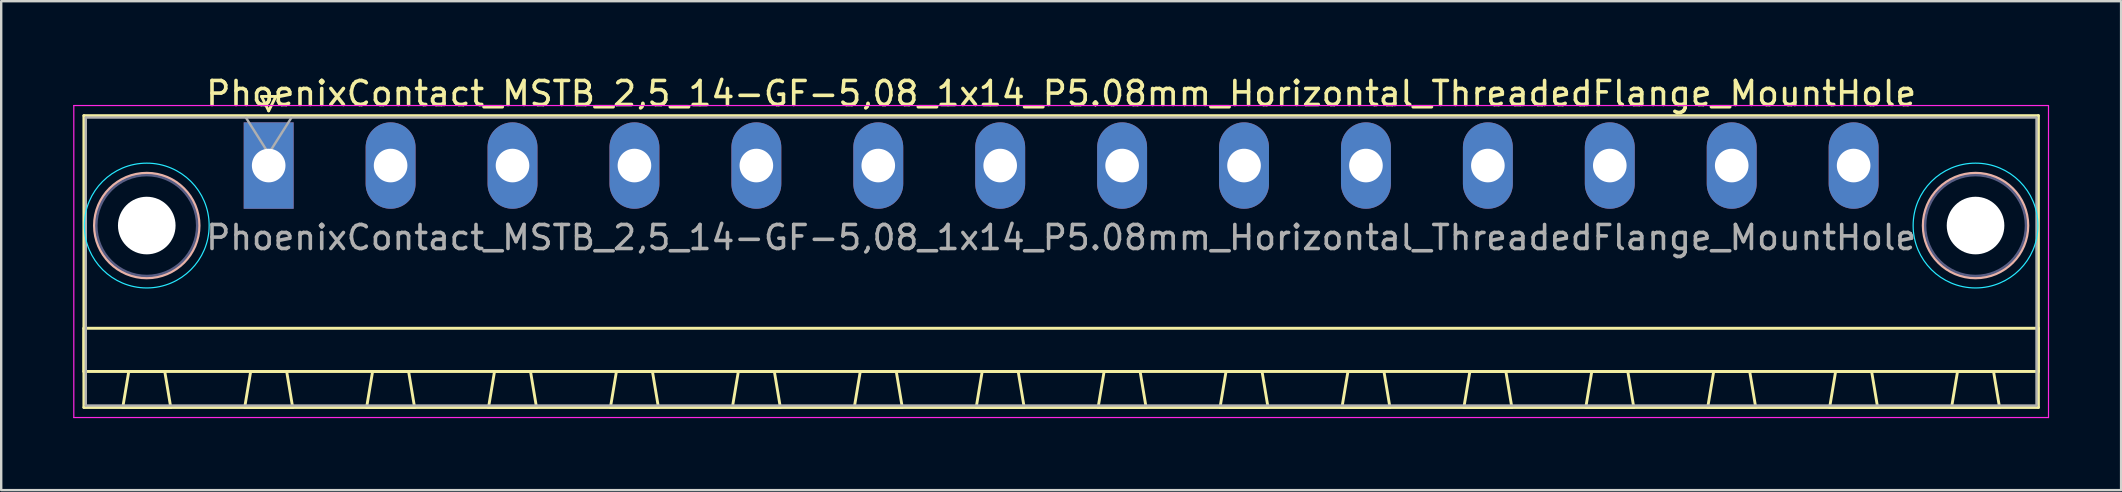
<source format=kicad_pcb>
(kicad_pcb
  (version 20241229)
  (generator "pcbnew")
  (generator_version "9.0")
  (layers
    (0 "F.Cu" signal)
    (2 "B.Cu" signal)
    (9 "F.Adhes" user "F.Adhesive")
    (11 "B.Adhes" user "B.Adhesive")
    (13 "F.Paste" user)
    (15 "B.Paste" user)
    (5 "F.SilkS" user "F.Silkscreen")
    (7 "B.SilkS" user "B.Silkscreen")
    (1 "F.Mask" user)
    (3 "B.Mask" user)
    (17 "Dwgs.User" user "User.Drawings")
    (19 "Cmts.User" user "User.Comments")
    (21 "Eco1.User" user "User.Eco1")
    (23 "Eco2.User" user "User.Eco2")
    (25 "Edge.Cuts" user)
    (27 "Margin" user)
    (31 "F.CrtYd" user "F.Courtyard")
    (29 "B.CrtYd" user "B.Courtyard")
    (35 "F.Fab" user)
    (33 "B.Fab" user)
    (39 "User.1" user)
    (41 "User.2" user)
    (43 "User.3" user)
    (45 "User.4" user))
  (footprint "PhoenixContact_MSTB_2,5_14-GF-5,08_1x14_P5.08mm_Horizontal_ThreadedFlange_MountHole"
    (layer "F.Cu")
    (at 8.145 3.848)
    (property "Reference" "PhoenixContact_MSTB_2,5_14-GF-5,08_1x14_P5.08mm_Horizontal_ThreadedFlange_MountHole" (at 33.02 -3 0) (layer "F.SilkS") (effects (font (size 1 1) (thickness 0.15))))
    (attr through_hole)
    (fp_line (start -7.7 -2.08) (end -7.7 10.08) (stroke (width 0.12) (type solid)) (layer "F.SilkS"))
    (fp_line (start -7.7 6.78) (end 73.74 6.78) (stroke (width 0.12) (type solid)) (layer "F.SilkS"))
    (fp_line (start -7.7 8.58) (end -7.7 6.78) (stroke (width 0.12) (type solid)) (layer "F.SilkS"))
    (fp_line (start -7.7 10.08) (end 73.74 10.08) (stroke (width 0.12) (type solid)) (layer "F.SilkS"))
    (fp_line (start -6.08 10.08) (end -4.08 10.08) (stroke (width 0.12) (type solid)) (layer "F.SilkS"))
    (fp_line (start -5.83 8.58) (end -6.08 10.08) (stroke (width 0.12) (type solid)) (layer "F.SilkS"))
    (fp_line (start -4.33 8.58) (end -5.83 8.58) (stroke (width 0.12) (type solid)) (layer "F.SilkS"))
    (fp_line (start -4.08 10.08) (end -4.33 8.58) (stroke (width 0.12) (type solid)) (layer "F.SilkS"))
    (fp_line (start -1 10.08) (end 1 10.08) (stroke (width 0.12) (type solid)) (layer "F.SilkS"))
    (fp_line (start -0.75 8.58) (end -1 10.08) (stroke (width 0.12) (type solid)) (layer "F.SilkS"))
    (fp_line (start -0.3 -2.88) (end 0.3 -2.88) (stroke (width 0.12) (type solid)) (layer "F.SilkS"))
    (fp_line (start 0 -2.28) (end -0.3 -2.88) (stroke (width 0.12) (type solid)) (layer "F.SilkS"))
    (fp_line (start 0.3 -2.88) (end 0 -2.28) (stroke (width 0.12) (type solid)) (layer "F.SilkS"))
    (fp_line (start 0.75 8.58) (end -0.75 8.58) (stroke (width 0.12) (type solid)) (layer "F.SilkS"))
    (fp_line (start 1 10.08) (end 0.75 8.58) (stroke (width 0.12) (type solid)) (layer "F.SilkS"))
    (fp_line (start 4.08 10.08) (end 6.08 10.08) (stroke (width 0.12) (type solid)) (layer "F.SilkS"))
    (fp_line (start 4.33 8.58) (end 4.08 10.08) (stroke (width 0.12) (type solid)) (layer "F.SilkS"))
    (fp_line (start 5.83 8.58) (end 4.33 8.58) (stroke (width 0.12) (type solid)) (layer "F.SilkS"))
    (fp_line (start 6.08 10.08) (end 5.83 8.58) (stroke (width 0.12) (type solid)) (layer "F.SilkS"))
    (fp_line (start 9.16 10.08) (end 11.16 10.08) (stroke (width 0.12) (type solid)) (layer "F.SilkS"))
    (fp_line (start 9.41 8.58) (end 9.16 10.08) (stroke (width 0.12) (type solid)) (layer "F.SilkS"))
    (fp_line (start 10.91 8.58) (end 9.41 8.58) (stroke (width 0.12) (type solid)) (layer "F.SilkS"))
    (fp_line (start 11.16 10.08) (end 10.91 8.58) (stroke (width 0.12) (type solid)) (layer "F.SilkS"))
    (fp_line (start 14.24 10.08) (end 16.24 10.08) (stroke (width 0.12) (type solid)) (layer "F.SilkS"))
    (fp_line (start 14.49 8.58) (end 14.24 10.08) (stroke (width 0.12) (type solid)) (layer "F.SilkS"))
    (fp_line (start 15.99 8.58) (end 14.49 8.58) (stroke (width 0.12) (type solid)) (layer "F.SilkS"))
    (fp_line (start 16.24 10.08) (end 15.99 8.58) (stroke (width 0.12) (type solid)) (layer "F.SilkS"))
    (fp_line (start 19.32 10.08) (end 21.32 10.08) (stroke (width 0.12) (type solid)) (layer "F.SilkS"))
    (fp_line (start 19.57 8.58) (end 19.32 10.08) (stroke (width 0.12) (type solid)) (layer "F.SilkS"))
    (fp_line (start 21.07 8.58) (end 19.57 8.58) (stroke (width 0.12) (type solid)) (layer "F.SilkS"))
    (fp_line (start 21.32 10.08) (end 21.07 8.58) (stroke (width 0.12) (type solid)) (layer "F.SilkS"))
    (fp_line (start 24.4 10.08) (end 26.4 10.08) (stroke (width 0.12) (type solid)) (layer "F.SilkS"))
    (fp_line (start 24.65 8.58) (end 24.4 10.08) (stroke (width 0.12) (type solid)) (layer "F.SilkS"))
    (fp_line (start 26.15 8.58) (end 24.65 8.58) (stroke (width 0.12) (type solid)) (layer "F.SilkS"))
    (fp_line (start 26.4 10.08) (end 26.15 8.58) (stroke (width 0.12) (type solid)) (layer "F.SilkS"))
    (fp_line (start 29.48 10.08) (end 31.48 10.08) (stroke (width 0.12) (type solid)) (layer "F.SilkS"))
    (fp_line (start 29.73 8.58) (end 29.48 10.08) (stroke (width 0.12) (type solid)) (layer "F.SilkS"))
    (fp_line (start 31.23 8.58) (end 29.73 8.58) (stroke (width 0.12) (type solid)) (layer "F.SilkS"))
    (fp_line (start 31.48 10.08) (end 31.23 8.58) (stroke (width 0.12) (type solid)) (layer "F.SilkS"))
    (fp_line (start 34.56 10.08) (end 36.56 10.08) (stroke (width 0.12) (type solid)) (layer "F.SilkS"))
    (fp_line (start 34.81 8.58) (end 34.56 10.08) (stroke (width 0.12) (type solid)) (layer "F.SilkS"))
    (fp_line (start 36.31 8.58) (end 34.81 8.58) (stroke (width 0.12) (type solid)) (layer "F.SilkS"))
    (fp_line (start 36.56 10.08) (end 36.31 8.58) (stroke (width 0.12) (type solid)) (layer "F.SilkS"))
    (fp_line (start 39.64 10.08) (end 41.64 10.08) (stroke (width 0.12) (type solid)) (layer "F.SilkS"))
    (fp_line (start 39.89 8.58) (end 39.64 10.08) (stroke (width 0.12) (type solid)) (layer "F.SilkS"))
    (fp_line (start 41.39 8.58) (end 39.89 8.58) (stroke (width 0.12) (type solid)) (layer "F.SilkS"))
    (fp_line (start 41.64 10.08) (end 41.39 8.58) (stroke (width 0.12) (type solid)) (layer "F.SilkS"))
    (fp_line (start 44.72 10.08) (end 46.72 10.08) (stroke (width 0.12) (type solid)) (layer "F.SilkS"))
    (fp_line (start 44.97 8.58) (end 44.72 10.08) (stroke (width 0.12) (type solid)) (layer "F.SilkS"))
    (fp_line (start 46.47 8.58) (end 44.97 8.58) (stroke (width 0.12) (type solid)) (layer "F.SilkS"))
    (fp_line (start 46.72 10.08) (end 46.47 8.58) (stroke (width 0.12) (type solid)) (layer "F.SilkS"))
    (fp_line (start 49.8 10.08) (end 51.8 10.08) (stroke (width 0.12) (type solid)) (layer "F.SilkS"))
    (fp_line (start 50.05 8.58) (end 49.8 10.08) (stroke (width 0.12) (type solid)) (layer "F.SilkS"))
    (fp_line (start 51.55 8.58) (end 50.05 8.58) (stroke (width 0.12) (type solid)) (layer "F.SilkS"))
    (fp_line (start 51.8 10.08) (end 51.55 8.58) (stroke (width 0.12) (type solid)) (layer "F.SilkS"))
    (fp_line (start 54.88 10.08) (end 56.88 10.08) (stroke (width 0.12) (type solid)) (layer "F.SilkS"))
    (fp_line (start 55.13 8.58) (end 54.88 10.08) (stroke (width 0.12) (type solid)) (layer "F.SilkS"))
    (fp_line (start 56.63 8.58) (end 55.13 8.58) (stroke (width 0.12) (type solid)) (layer "F.SilkS"))
    (fp_line (start 56.88 10.08) (end 56.63 8.58) (stroke (width 0.12) (type solid)) (layer "F.SilkS"))
    (fp_line (start 59.96 10.08) (end 61.96 10.08) (stroke (width 0.12) (type solid)) (layer "F.SilkS"))
    (fp_line (start 60.21 8.58) (end 59.96 10.08) (stroke (width 0.12) (type solid)) (layer "F.SilkS"))
    (fp_line (start 61.71 8.58) (end 60.21 8.58) (stroke (width 0.12) (type solid)) (layer "F.SilkS"))
    (fp_line (start 61.96 10.08) (end 61.71 8.58) (stroke (width 0.12) (type solid)) (layer "F.SilkS"))
    (fp_line (start 65.04 10.08) (end 67.04 10.08) (stroke (width 0.12) (type solid)) (layer "F.SilkS"))
    (fp_line (start 65.29 8.58) (end 65.04 10.08) (stroke (width 0.12) (type solid)) (layer "F.SilkS"))
    (fp_line (start 66.79 8.58) (end 65.29 8.58) (stroke (width 0.12) (type solid)) (layer "F.SilkS"))
    (fp_line (start 67.04 10.08) (end 66.79 8.58) (stroke (width 0.12) (type solid)) (layer "F.SilkS"))
    (fp_line (start 70.12 10.08) (end 72.12 10.08) (stroke (width 0.12) (type solid)) (layer "F.SilkS"))
    (fp_line (start 70.37 8.58) (end 70.12 10.08) (stroke (width 0.12) (type solid)) (layer "F.SilkS"))
    (fp_line (start 71.87 8.58) (end 70.37 8.58) (stroke (width 0.12) (type solid)) (layer "F.SilkS"))
    (fp_line (start 72.12 10.08) (end 71.87 8.58) (stroke (width 0.12) (type solid)) (layer "F.SilkS"))
    (fp_line (start 73.74 -2.08) (end -7.7 -2.08) (stroke (width 0.12) (type solid)) (layer "F.SilkS"))
    (fp_line (start 73.74 6.78) (end 73.74 8.58) (stroke (width 0.12) (type solid)) (layer "F.SilkS"))
    (fp_line (start 73.74 8.58) (end -7.7 8.58) (stroke (width 0.12) (type solid)) (layer "F.SilkS"))
    (fp_line (start 73.74 10.08) (end 73.74 -2.08) (stroke (width 0.12) (type solid)) (layer "F.SilkS"))
    (fp_circle (center -5.08 2.5) (end -2.9 2.5) (stroke (width 0.12) (type solid)) (fill no) (layer "B.SilkS"))
    (fp_circle (center 71.12 2.5) (end 73.3 2.5) (stroke (width 0.12) (type solid)) (fill no) (layer "B.SilkS"))
    (fp_circle (center -5.08 2.5) (end -2.48 2.5) (stroke (width 0.05) (type solid)) (fill no) (layer "B.CrtYd"))
    (fp_circle (center 71.12 2.5) (end 73.72 2.5) (stroke (width 0.05) (type solid)) (fill no) (layer "B.CrtYd"))
    (fp_line (start -8.12 -2.5) (end -8.12 10.5) (stroke (width 0.05) (type solid)) (layer "F.CrtYd"))
    (fp_line (start -8.12 10.5) (end 74.16 10.5) (stroke (width 0.05) (type solid)) (layer "F.CrtYd"))
    (fp_line (start 74.16 -2.5) (end -8.12 -2.5) (stroke (width 0.05) (type solid)) (layer "F.CrtYd"))
    (fp_line (start 74.16 10.5) (end 74.16 -2.5) (stroke (width 0.05) (type solid)) (layer "F.CrtYd"))
    (fp_circle (center -5.08 2.5) (end -2.98 2.5) (stroke (width 0.1) (type solid)) (fill no) (layer "B.Fab"))
    (fp_circle (center 71.12 2.5) (end 73.22 2.5) (stroke (width 0.1) (type solid)) (fill no) (layer "B.Fab"))
    (fp_line (start -7.62 -2) (end -7.62 10) (stroke (width 0.1) (type solid)) (layer "F.Fab"))
    (fp_line (start -7.62 10) (end 73.66 10) (stroke (width 0.1) (type solid)) (layer "F.Fab"))
    (fp_line (start 0 -0.5) (end -0.95 -2) (stroke (width 0.1) (type solid)) (layer "F.Fab"))
    (fp_line (start 0.95 -2) (end 0 -0.5) (stroke (width 0.1) (type solid)) (layer "F.Fab"))
    (fp_line (start 73.66 -2) (end -7.62 -2) (stroke (width 0.1) (type solid)) (layer "F.Fab"))
    (fp_line (start 73.66 10) (end 73.66 -2) (stroke (width 0.1) (type solid)) (layer "F.Fab"))
    (fp_text user "${REFERENCE}" (at 33.02 3 0) (layer "F.Fab") (effects (font (size 1 1) (thickness 0.15))))
    (pad "" np_thru_hole circle (at -5.08 2.5) (size 2.4 2.4) (drill 2.4) (layers "*.Cu" "*.Mask"))
    (pad "" np_thru_hole circle (at 71.12 2.5) (size 2.4 2.4) (drill 2.4) (layers "*.Cu" "*.Mask"))
    (pad "1" thru_hole rect (at 0 0) (size 2.08 3.6) (drill 1.4) (layers "*.Cu" "*.Mask"))
    (pad "2" thru_hole oval (at 5.08 0) (size 2.08 3.6) (drill 1.4) (layers "*.Cu" "*.Mask"))
    (pad "3" thru_hole oval (at 10.16 0) (size 2.08 3.6) (drill 1.4) (layers "*.Cu" "*.Mask"))
    (pad "4" thru_hole oval (at 15.24 0) (size 2.08 3.6) (drill 1.4) (layers "*.Cu" "*.Mask"))
    (pad "5" thru_hole oval (at 20.32 0) (size 2.08 3.6) (drill 1.4) (layers "*.Cu" "*.Mask"))
    (pad "6" thru_hole oval (at 25.4 0) (size 2.08 3.6) (drill 1.4) (layers "*.Cu" "*.Mask"))
    (pad "7" thru_hole oval (at 30.48 0) (size 2.08 3.6) (drill 1.4) (layers "*.Cu" "*.Mask"))
    (pad "8" thru_hole oval (at 35.56 0) (size 2.08 3.6) (drill 1.4) (layers "*.Cu" "*.Mask"))
    (pad "9" thru_hole oval (at 40.64 0) (size 2.08 3.6) (drill 1.4) (layers "*.Cu" "*.Mask"))
    (pad "10" thru_hole oval (at 45.72 0) (size 2.08 3.6) (drill 1.4) (layers "*.Cu" "*.Mask"))
    (pad "11" thru_hole oval (at 50.8 0) (size 2.08 3.6) (drill 1.4) (layers "*.Cu" "*.Mask"))
    (pad "12" thru_hole oval (at 55.88 0) (size 2.08 3.6) (drill 1.4) (layers "*.Cu" "*.Mask"))
    (pad "13" thru_hole oval (at 60.96 0) (size 2.08 3.6) (drill 1.4) (layers "*.Cu" "*.Mask"))
    (pad "14" thru_hole oval (at 66.04 0) (size 2.08 3.6) (drill 1.4) (layers "*.Cu" "*.Mask")))
  (gr_rect
    (start -3 -3)
    (end 85.33 17.373)
    (stroke (width 0.1) (type default))
    (fill no)
    (layer "Edge.Cuts")))
</source>
